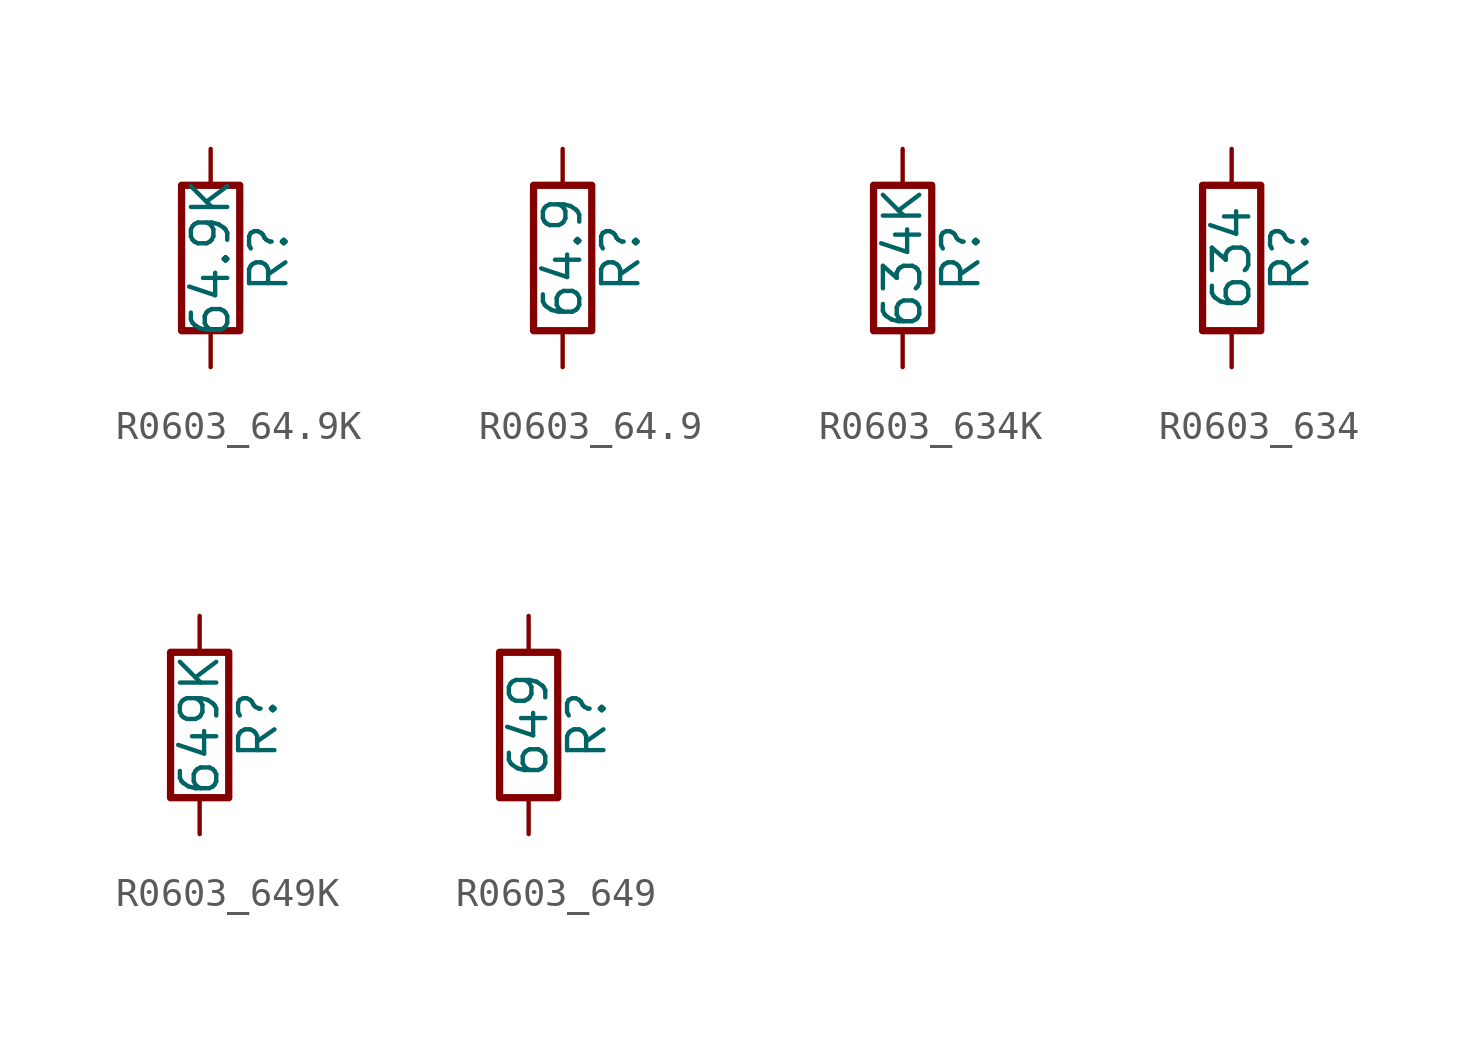
<source format=kicad_sym>
(kicad_symbol_lib
  (version 20211014)
  (generator atlantix-eda)
  (symbol "R0603_64.9K"
    (pin_numbers hide)
    (pin_names
      (offset 0))
    (property "Reference" "R"
      (at 2.032 0 90)
      (effects (font (size 1.27 1.27))))
    (property "Value" "64.9K"
      (at 0 0 90)
      (effects (font (size 1.27 1.27))))
    (symbol "R0603_64.9K_0_1"
      (rectangle (start -1.016 -2.54) (end 1.016 2.54) (stroke (width 0.254) (type default) (color 0 0 0 0)) (fill (type none))))
    (symbol "R0603_64.9K_1_1"
      (pin passive line (at 0 3.81 270) (length 1.27) (name "~" (effects (font (size 1.27 1.27)))) (number "1" (effects (font (size 1.27 1.27)))))
      (pin passive line (at 0 -3.81 90) (length 1.27) (name "~" (effects (font (size 1.27 1.27)))) (number "2" (effects (font (size 1.27 1.27)))))))
  (symbol "R0603_64.9"
    (pin_numbers hide)
    (pin_names
      (offset 0))
    (property "Reference" "R"
      (at 2.032 0 90)
      (effects (font (size 1.27 1.27))))
    (property "Value" "64.9"
      (at 0 0 90)
      (effects (font (size 1.27 1.27))))
    (symbol "R0603_64.9_0_1"
      (rectangle (start -1.016 -2.54) (end 1.016 2.54) (stroke (width 0.254) (type default) (color 0 0 0 0)) (fill (type none))))
    (symbol "R0603_64.9_1_1"
      (pin passive line (at 0 3.81 270) (length 1.27) (name "~" (effects (font (size 1.27 1.27)))) (number "1" (effects (font (size 1.27 1.27)))))
      (pin passive line (at 0 -3.81 90) (length 1.27) (name "~" (effects (font (size 1.27 1.27)))) (number "2" (effects (font (size 1.27 1.27)))))))
  (symbol "R0603_634K"
    (pin_numbers hide)
    (pin_names
      (offset 0))
    (property "Reference" "R"
      (at 2.032 0 90)
      (effects (font (size 1.27 1.27))))
    (property "Value" "634K"
      (at 0 0 90)
      (effects (font (size 1.27 1.27))))
    (symbol "R0603_634K_0_1"
      (rectangle (start -1.016 -2.54) (end 1.016 2.54) (stroke (width 0.254) (type default) (color 0 0 0 0)) (fill (type none))))
    (symbol "R0603_634K_1_1"
      (pin passive line (at 0 3.81 270) (length 1.27) (name "~" (effects (font (size 1.27 1.27)))) (number "1" (effects (font (size 1.27 1.27)))))
      (pin passive line (at 0 -3.81 90) (length 1.27) (name "~" (effects (font (size 1.27 1.27)))) (number "2" (effects (font (size 1.27 1.27)))))))
  (symbol "R0603_634"
    (pin_numbers hide)
    (pin_names
      (offset 0))
    (property "Reference" "R"
      (at 2.032 0 90)
      (effects (font (size 1.27 1.27))))
    (property "Value" "634"
      (at 0 0 90)
      (effects (font (size 1.27 1.27))))
    (symbol "R0603_634_0_1"
      (rectangle (start -1.016 -2.54) (end 1.016 2.54) (stroke (width 0.254) (type default) (color 0 0 0 0)) (fill (type none))))
    (symbol "R0603_634_1_1"
      (pin passive line (at 0 3.81 270) (length 1.27) (name "~" (effects (font (size 1.27 1.27)))) (number "1" (effects (font (size 1.27 1.27)))))
      (pin passive line (at 0 -3.81 90) (length 1.27) (name "~" (effects (font (size 1.27 1.27)))) (number "2" (effects (font (size 1.27 1.27)))))))
  (symbol "R0603_649K"
    (pin_numbers hide)
    (pin_names
      (offset 0))
    (property "Reference" "R"
      (at 2.032 0 90)
      (effects (font (size 1.27 1.27))))
    (property "Value" "649K"
      (at 0 0 90)
      (effects (font (size 1.27 1.27))))
    (symbol "R0603_649K_0_1"
      (rectangle (start -1.016 -2.54) (end 1.016 2.54) (stroke (width 0.254) (type default) (color 0 0 0 0)) (fill (type none))))
    (symbol "R0603_649K_1_1"
      (pin passive line (at 0 3.81 270) (length 1.27) (name "~" (effects (font (size 1.27 1.27)))) (number "1" (effects (font (size 1.27 1.27)))))
      (pin passive line (at 0 -3.81 90) (length 1.27) (name "~" (effects (font (size 1.27 1.27)))) (number "2" (effects (font (size 1.27 1.27)))))))
  (symbol "R0603_649"
    (pin_numbers hide)
    (pin_names
      (offset 0))
    (property "Reference" "R"
      (at 2.032 0 90)
      (effects (font (size 1.27 1.27))))
    (property "Value" "649"
      (at 0 0 90)
      (effects (font (size 1.27 1.27))))
    (symbol "R0603_649_0_1"
      (rectangle (start -1.016 -2.54) (end 1.016 2.54) (stroke (width 0.254) (type default) (color 0 0 0 0)) (fill (type none))))
    (symbol "R0603_649_1_1"
      (pin passive line (at 0 3.81 270) (length 1.27) (name "~" (effects (font (size 1.27 1.27)))) (number "1" (effects (font (size 1.27 1.27)))))
      (pin passive line (at 0 -3.81 90) (length 1.27) (name "~" (effects (font (size 1.27 1.27)))) (number "2" (effects (font (size 1.27 1.27))))))))
</source>
